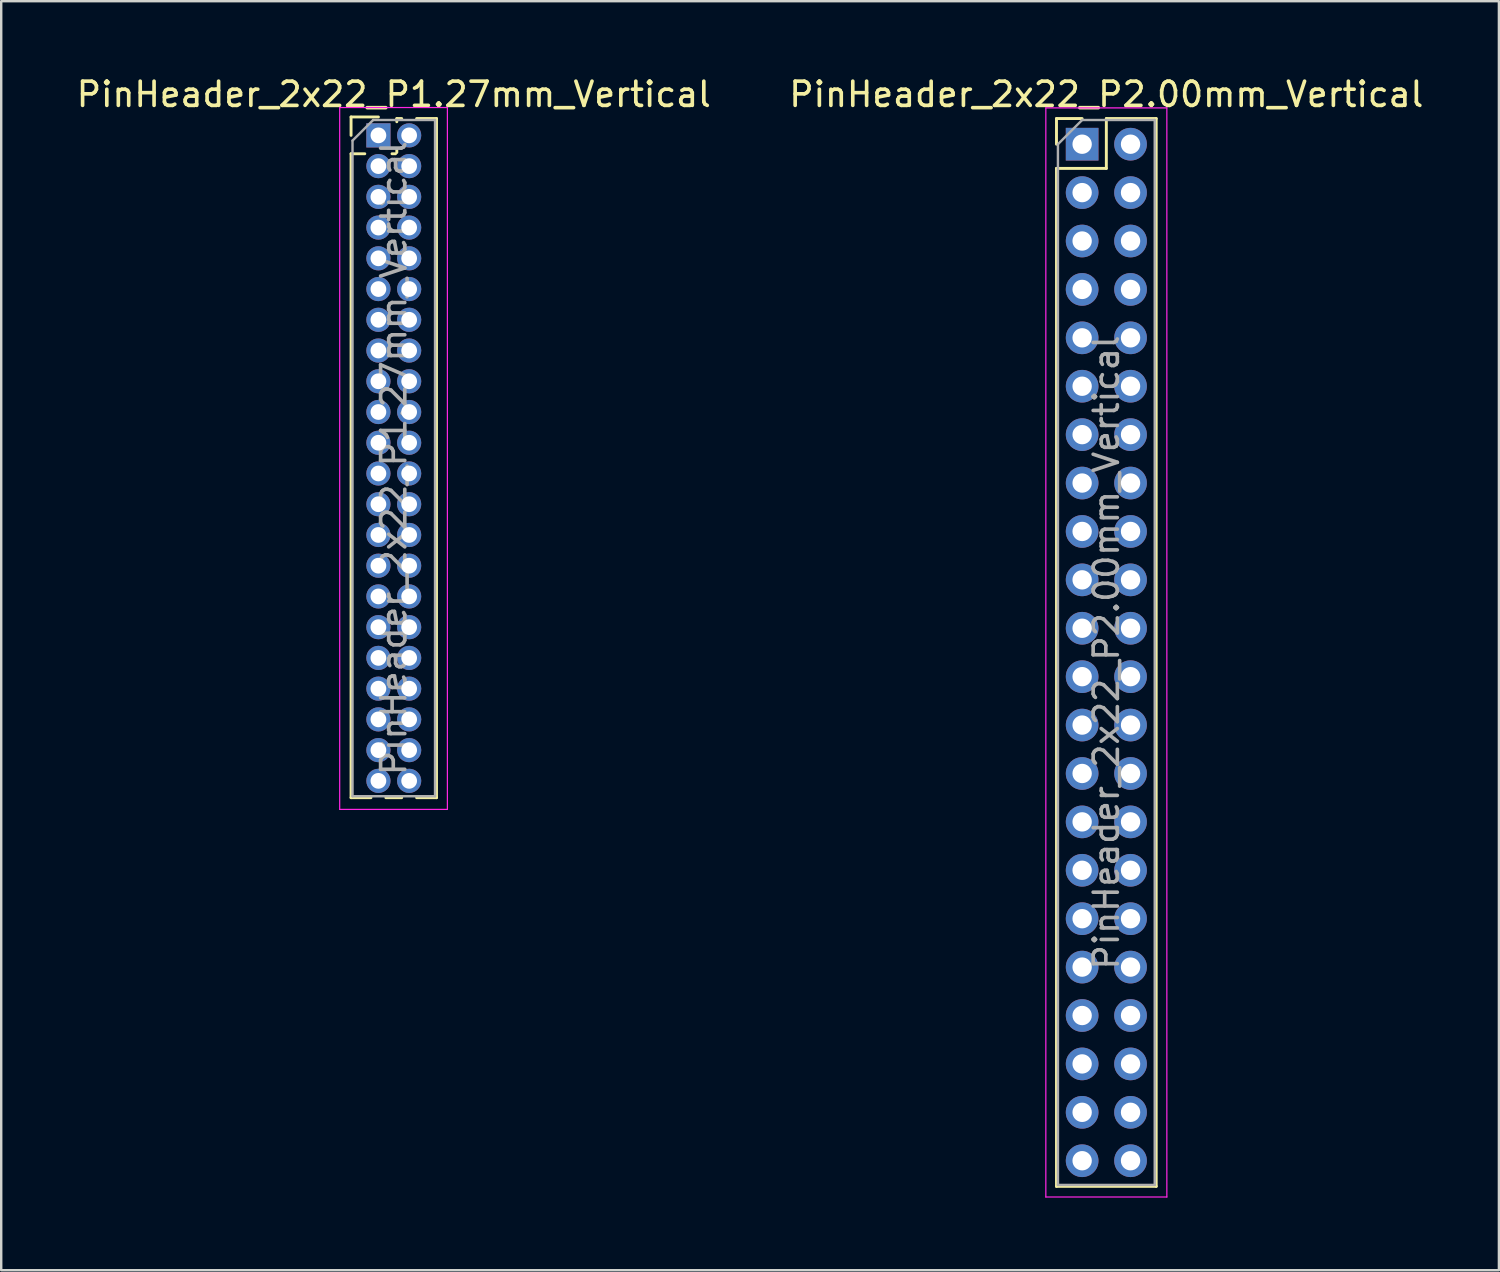
<source format=kicad_pcb>
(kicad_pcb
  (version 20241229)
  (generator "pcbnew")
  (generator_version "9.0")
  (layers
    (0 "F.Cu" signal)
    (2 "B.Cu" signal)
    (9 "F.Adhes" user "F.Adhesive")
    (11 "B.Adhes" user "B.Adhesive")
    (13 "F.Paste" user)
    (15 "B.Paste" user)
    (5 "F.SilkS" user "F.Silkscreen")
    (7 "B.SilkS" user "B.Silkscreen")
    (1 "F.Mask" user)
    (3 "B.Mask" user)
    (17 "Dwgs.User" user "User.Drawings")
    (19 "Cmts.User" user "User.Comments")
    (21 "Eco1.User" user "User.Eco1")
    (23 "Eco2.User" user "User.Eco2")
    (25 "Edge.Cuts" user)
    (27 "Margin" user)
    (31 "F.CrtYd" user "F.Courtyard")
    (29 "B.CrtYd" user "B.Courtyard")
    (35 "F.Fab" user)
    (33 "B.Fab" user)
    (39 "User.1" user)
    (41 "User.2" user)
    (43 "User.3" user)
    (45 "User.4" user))
  (footprint "PinHeader_2x22_P2.00mm_Vertical"
    (layer "F.Cu")
    (at 41.661 2.908)
    (property "Reference" "PinHeader_2x22_P2.00mm_Vertical" (at 1 -2.06 0) (layer "F.SilkS") (effects (font (size 1 1) (thickness 0.15))))
    (attr through_hole)
    (fp_line (start -1.06 -1.06) (end 0 -1.06) (stroke (width 0.12) (type solid)) (layer "F.SilkS"))
    (fp_line (start -1.06 0) (end -1.06 -1.06) (stroke (width 0.12) (type solid)) (layer "F.SilkS"))
    (fp_line (start -1.06 1) (end -1.06 43.06) (stroke (width 0.12) (type solid)) (layer "F.SilkS"))
    (fp_line (start -1.06 1) (end 1 1) (stroke (width 0.12) (type solid)) (layer "F.SilkS"))
    (fp_line (start -1.06 43.06) (end 3.06 43.06) (stroke (width 0.12) (type solid)) (layer "F.SilkS"))
    (fp_line (start 1 -1.06) (end 3.06 -1.06) (stroke (width 0.12) (type solid)) (layer "F.SilkS"))
    (fp_line (start 1 1) (end 1 -1.06) (stroke (width 0.12) (type solid)) (layer "F.SilkS"))
    (fp_line (start 3.06 -1.06) (end 3.06 43.06) (stroke (width 0.12) (type solid)) (layer "F.SilkS"))
    (fp_line (start -1.5 -1.5) (end -1.5 43.5) (stroke (width 0.05) (type solid)) (layer "F.CrtYd"))
    (fp_line (start -1.5 43.5) (end 3.5 43.5) (stroke (width 0.05) (type solid)) (layer "F.CrtYd"))
    (fp_line (start 3.5 -1.5) (end -1.5 -1.5) (stroke (width 0.05) (type solid)) (layer "F.CrtYd"))
    (fp_line (start 3.5 43.5) (end 3.5 -1.5) (stroke (width 0.05) (type solid)) (layer "F.CrtYd"))
    (fp_line (start -1 0) (end 0 -1) (stroke (width 0.1) (type solid)) (layer "F.Fab"))
    (fp_line (start -1 43) (end -1 0) (stroke (width 0.1) (type solid)) (layer "F.Fab"))
    (fp_line (start 0 -1) (end 3 -1) (stroke (width 0.1) (type solid)) (layer "F.Fab"))
    (fp_line (start 3 -1) (end 3 43) (stroke (width 0.1) (type solid)) (layer "F.Fab"))
    (fp_line (start 3 43) (end -1 43) (stroke (width 0.1) (type solid)) (layer "F.Fab"))
    (fp_text user "${REFERENCE}" (at 1 21 90) (layer "F.Fab") (effects (font (size 1 1) (thickness 0.15))))
    (pad "1" thru_hole rect (at 0 0) (size 1.35 1.35) (drill 0.8) (layers "*.Cu" "*.Mask"))
    (pad "2" thru_hole oval (at 2 0) (size 1.35 1.35) (drill 0.8) (layers "*.Cu" "*.Mask"))
    (pad "3" thru_hole oval (at 0 2) (size 1.35 1.35) (drill 0.8) (layers "*.Cu" "*.Mask"))
    (pad "4" thru_hole oval (at 2 2) (size 1.35 1.35) (drill 0.8) (layers "*.Cu" "*.Mask"))
    (pad "5" thru_hole oval (at 0 4) (size 1.35 1.35) (drill 0.8) (layers "*.Cu" "*.Mask"))
    (pad "6" thru_hole oval (at 2 4) (size 1.35 1.35) (drill 0.8) (layers "*.Cu" "*.Mask"))
    (pad "7" thru_hole oval (at 0 6) (size 1.35 1.35) (drill 0.8) (layers "*.Cu" "*.Mask"))
    (pad "8" thru_hole oval (at 2 6) (size 1.35 1.35) (drill 0.8) (layers "*.Cu" "*.Mask"))
    (pad "9" thru_hole oval (at 0 8) (size 1.35 1.35) (drill 0.8) (layers "*.Cu" "*.Mask"))
    (pad "10" thru_hole oval (at 2 8) (size 1.35 1.35) (drill 0.8) (layers "*.Cu" "*.Mask"))
    (pad "11" thru_hole oval (at 0 10) (size 1.35 1.35) (drill 0.8) (layers "*.Cu" "*.Mask"))
    (pad "12" thru_hole oval (at 2 10) (size 1.35 1.35) (drill 0.8) (layers "*.Cu" "*.Mask"))
    (pad "13" thru_hole oval (at 0 12) (size 1.35 1.35) (drill 0.8) (layers "*.Cu" "*.Mask"))
    (pad "14" thru_hole oval (at 2 12) (size 1.35 1.35) (drill 0.8) (layers "*.Cu" "*.Mask"))
    (pad "15" thru_hole oval (at 0 14) (size 1.35 1.35) (drill 0.8) (layers "*.Cu" "*.Mask"))
    (pad "16" thru_hole oval (at 2 14) (size 1.35 1.35) (drill 0.8) (layers "*.Cu" "*.Mask"))
    (pad "17" thru_hole oval (at 0 16) (size 1.35 1.35) (drill 0.8) (layers "*.Cu" "*.Mask"))
    (pad "18" thru_hole oval (at 2 16) (size 1.35 1.35) (drill 0.8) (layers "*.Cu" "*.Mask"))
    (pad "19" thru_hole oval (at 0 18) (size 1.35 1.35) (drill 0.8) (layers "*.Cu" "*.Mask"))
    (pad "20" thru_hole oval (at 2 18) (size 1.35 1.35) (drill 0.8) (layers "*.Cu" "*.Mask"))
    (pad "21" thru_hole oval (at 0 20) (size 1.35 1.35) (drill 0.8) (layers "*.Cu" "*.Mask"))
    (pad "22" thru_hole oval (at 2 20) (size 1.35 1.35) (drill 0.8) (layers "*.Cu" "*.Mask"))
    (pad "23" thru_hole oval (at 0 22) (size 1.35 1.35) (drill 0.8) (layers "*.Cu" "*.Mask"))
    (pad "24" thru_hole oval (at 2 22) (size 1.35 1.35) (drill 0.8) (layers "*.Cu" "*.Mask"))
    (pad "25" thru_hole oval (at 0 24) (size 1.35 1.35) (drill 0.8) (layers "*.Cu" "*.Mask"))
    (pad "26" thru_hole oval (at 2 24) (size 1.35 1.35) (drill 0.8) (layers "*.Cu" "*.Mask"))
    (pad "27" thru_hole oval (at 0 26) (size 1.35 1.35) (drill 0.8) (layers "*.Cu" "*.Mask"))
    (pad "28" thru_hole oval (at 2 26) (size 1.35 1.35) (drill 0.8) (layers "*.Cu" "*.Mask"))
    (pad "29" thru_hole oval (at 0 28) (size 1.35 1.35) (drill 0.8) (layers "*.Cu" "*.Mask"))
    (pad "30" thru_hole oval (at 2 28) (size 1.35 1.35) (drill 0.8) (layers "*.Cu" "*.Mask"))
    (pad "31" thru_hole oval (at 0 30) (size 1.35 1.35) (drill 0.8) (layers "*.Cu" "*.Mask"))
    (pad "32" thru_hole oval (at 2 30) (size 1.35 1.35) (drill 0.8) (layers "*.Cu" "*.Mask"))
    (pad "33" thru_hole oval (at 0 32) (size 1.35 1.35) (drill 0.8) (layers "*.Cu" "*.Mask"))
    (pad "34" thru_hole oval (at 2 32) (size 1.35 1.35) (drill 0.8) (layers "*.Cu" "*.Mask"))
    (pad "35" thru_hole oval (at 0 34) (size 1.35 1.35) (drill 0.8) (layers "*.Cu" "*.Mask"))
    (pad "36" thru_hole oval (at 2 34) (size 1.35 1.35) (drill 0.8) (layers "*.Cu" "*.Mask"))
    (pad "37" thru_hole oval (at 0 36) (size 1.35 1.35) (drill 0.8) (layers "*.Cu" "*.Mask"))
    (pad "38" thru_hole oval (at 2 36) (size 1.35 1.35) (drill 0.8) (layers "*.Cu" "*.Mask"))
    (pad "39" thru_hole oval (at 0 38) (size 1.35 1.35) (drill 0.8) (layers "*.Cu" "*.Mask"))
    (pad "40" thru_hole oval (at 2 38) (size 1.35 1.35) (drill 0.8) (layers "*.Cu" "*.Mask"))
    (pad "41" thru_hole oval (at 0 40) (size 1.35 1.35) (drill 0.8) (layers "*.Cu" "*.Mask"))
    (pad "42" thru_hole oval (at 2 40) (size 1.35 1.35) (drill 0.8) (layers "*.Cu" "*.Mask"))
    (pad "43" thru_hole oval (at 0 42) (size 1.35 1.35) (drill 0.8) (layers "*.Cu" "*.Mask"))
    (pad "44" thru_hole oval (at 2 42) (size 1.35 1.35) (drill 0.8) (layers "*.Cu" "*.Mask")))
  (footprint "PinHeader_2x22_P1.27mm_Vertical"
    (layer "F.Cu")
    (at 12.585 2.543)
    (property "Reference" "PinHeader_2x22_P1.27mm_Vertical" (at 0.635 -1.695 0) (layer "F.SilkS") (effects (font (size 1 1) (thickness 0.15))))
    (attr through_hole)
    (fp_line (start -1.13 -0.76) (end 0 -0.76) (stroke (width 0.12) (type solid)) (layer "F.SilkS"))
    (fp_line (start -1.13 0) (end -1.13 -0.76) (stroke (width 0.12) (type solid)) (layer "F.SilkS"))
    (fp_line (start -1.13 0.76) (end -1.13 27.365) (stroke (width 0.12) (type solid)) (layer "F.SilkS"))
    (fp_line (start -1.13 0.76) (end -0.563 0.76) (stroke (width 0.12) (type solid)) (layer "F.SilkS"))
    (fp_line (start -1.13 27.365) (end -0.308 27.365) (stroke (width 0.12) (type solid)) (layer "F.SilkS"))
    (fp_line (start 0.308 27.365) (end 0.962 27.365) (stroke (width 0.12) (type solid)) (layer "F.SilkS"))
    (fp_line (start 0.563 0.76) (end 0.707 0.76) (stroke (width 0.12) (type solid)) (layer "F.SilkS"))
    (fp_line (start 0.76 -0.695) (end 0.962 -0.695) (stroke (width 0.12) (type solid)) (layer "F.SilkS"))
    (fp_line (start 0.76 -0.563) (end 0.76 -0.695) (stroke (width 0.12) (type solid)) (layer "F.SilkS"))
    (fp_line (start 0.76 0.707) (end 0.76 0.563) (stroke (width 0.12) (type solid)) (layer "F.SilkS"))
    (fp_line (start 1.578 -0.695) (end 2.4 -0.695) (stroke (width 0.12) (type solid)) (layer "F.SilkS"))
    (fp_line (start 1.578 27.365) (end 2.4 27.365) (stroke (width 0.12) (type solid)) (layer "F.SilkS"))
    (fp_line (start 2.4 -0.695) (end 2.4 27.365) (stroke (width 0.12) (type solid)) (layer "F.SilkS"))
    (fp_line (start -1.6 -1.15) (end -1.6 27.85) (stroke (width 0.05) (type solid)) (layer "F.CrtYd"))
    (fp_line (start -1.6 27.85) (end 2.85 27.85) (stroke (width 0.05) (type solid)) (layer "F.CrtYd"))
    (fp_line (start 2.85 -1.15) (end -1.6 -1.15) (stroke (width 0.05) (type solid)) (layer "F.CrtYd"))
    (fp_line (start 2.85 27.85) (end 2.85 -1.15) (stroke (width 0.05) (type solid)) (layer "F.CrtYd"))
    (fp_line (start -1.07 0.217) (end -0.217 -0.635) (stroke (width 0.1) (type solid)) (layer "F.Fab"))
    (fp_line (start -1.07 27.305) (end -1.07 0.217) (stroke (width 0.1) (type solid)) (layer "F.Fab"))
    (fp_line (start -0.217 -0.635) (end 2.34 -0.635) (stroke (width 0.1) (type solid)) (layer "F.Fab"))
    (fp_line (start 2.34 -0.635) (end 2.34 27.305) (stroke (width 0.1) (type solid)) (layer "F.Fab"))
    (fp_line (start 2.34 27.305) (end -1.07 27.305) (stroke (width 0.1) (type solid)) (layer "F.Fab"))
    (fp_text user "${REFERENCE}" (at 0.635 13.335 90) (layer "F.Fab") (effects (font (size 1 1) (thickness 0.15))))
    (pad "1" thru_hole rect (at 0 0) (size 1 1) (drill 0.65) (layers "*.Cu" "*.Mask"))
    (pad "2" thru_hole oval (at 1.27 0) (size 1 1) (drill 0.65) (layers "*.Cu" "*.Mask"))
    (pad "3" thru_hole oval (at 0 1.27) (size 1 1) (drill 0.65) (layers "*.Cu" "*.Mask"))
    (pad "4" thru_hole oval (at 1.27 1.27) (size 1 1) (drill 0.65) (layers "*.Cu" "*.Mask"))
    (pad "5" thru_hole oval (at 0 2.54) (size 1 1) (drill 0.65) (layers "*.Cu" "*.Mask"))
    (pad "6" thru_hole oval (at 1.27 2.54) (size 1 1) (drill 0.65) (layers "*.Cu" "*.Mask"))
    (pad "7" thru_hole oval (at 0 3.81) (size 1 1) (drill 0.65) (layers "*.Cu" "*.Mask"))
    (pad "8" thru_hole oval (at 1.27 3.81) (size 1 1) (drill 0.65) (layers "*.Cu" "*.Mask"))
    (pad "9" thru_hole oval (at 0 5.08) (size 1 1) (drill 0.65) (layers "*.Cu" "*.Mask"))
    (pad "10" thru_hole oval (at 1.27 5.08) (size 1 1) (drill 0.65) (layers "*.Cu" "*.Mask"))
    (pad "11" thru_hole oval (at 0 6.35) (size 1 1) (drill 0.65) (layers "*.Cu" "*.Mask"))
    (pad "12" thru_hole oval (at 1.27 6.35) (size 1 1) (drill 0.65) (layers "*.Cu" "*.Mask"))
    (pad "13" thru_hole oval (at 0 7.62) (size 1 1) (drill 0.65) (layers "*.Cu" "*.Mask"))
    (pad "14" thru_hole oval (at 1.27 7.62) (size 1 1) (drill 0.65) (layers "*.Cu" "*.Mask"))
    (pad "15" thru_hole oval (at 0 8.89) (size 1 1) (drill 0.65) (layers "*.Cu" "*.Mask"))
    (pad "16" thru_hole oval (at 1.27 8.89) (size 1 1) (drill 0.65) (layers "*.Cu" "*.Mask"))
    (pad "17" thru_hole oval (at 0 10.16) (size 1 1) (drill 0.65) (layers "*.Cu" "*.Mask"))
    (pad "18" thru_hole oval (at 1.27 10.16) (size 1 1) (drill 0.65) (layers "*.Cu" "*.Mask"))
    (pad "19" thru_hole oval (at 0 11.43) (size 1 1) (drill 0.65) (layers "*.Cu" "*.Mask"))
    (pad "20" thru_hole oval (at 1.27 11.43) (size 1 1) (drill 0.65) (layers "*.Cu" "*.Mask"))
    (pad "21" thru_hole oval (at 0 12.7) (size 1 1) (drill 0.65) (layers "*.Cu" "*.Mask"))
    (pad "22" thru_hole oval (at 1.27 12.7) (size 1 1) (drill 0.65) (layers "*.Cu" "*.Mask"))
    (pad "23" thru_hole oval (at 0 13.97) (size 1 1) (drill 0.65) (layers "*.Cu" "*.Mask"))
    (pad "24" thru_hole oval (at 1.27 13.97) (size 1 1) (drill 0.65) (layers "*.Cu" "*.Mask"))
    (pad "25" thru_hole oval (at 0 15.24) (size 1 1) (drill 0.65) (layers "*.Cu" "*.Mask"))
    (pad "26" thru_hole oval (at 1.27 15.24) (size 1 1) (drill 0.65) (layers "*.Cu" "*.Mask"))
    (pad "27" thru_hole oval (at 0 16.51) (size 1 1) (drill 0.65) (layers "*.Cu" "*.Mask"))
    (pad "28" thru_hole oval (at 1.27 16.51) (size 1 1) (drill 0.65) (layers "*.Cu" "*.Mask"))
    (pad "29" thru_hole oval (at 0 17.78) (size 1 1) (drill 0.65) (layers "*.Cu" "*.Mask"))
    (pad "30" thru_hole oval (at 1.27 17.78) (size 1 1) (drill 0.65) (layers "*.Cu" "*.Mask"))
    (pad "31" thru_hole oval (at 0 19.05) (size 1 1) (drill 0.65) (layers "*.Cu" "*.Mask"))
    (pad "32" thru_hole oval (at 1.27 19.05) (size 1 1) (drill 0.65) (layers "*.Cu" "*.Mask"))
    (pad "33" thru_hole oval (at 0 20.32) (size 1 1) (drill 0.65) (layers "*.Cu" "*.Mask"))
    (pad "34" thru_hole oval (at 1.27 20.32) (size 1 1) (drill 0.65) (layers "*.Cu" "*.Mask"))
    (pad "35" thru_hole oval (at 0 21.59) (size 1 1) (drill 0.65) (layers "*.Cu" "*.Mask"))
    (pad "36" thru_hole oval (at 1.27 21.59) (size 1 1) (drill 0.65) (layers "*.Cu" "*.Mask"))
    (pad "37" thru_hole oval (at 0 22.86) (size 1 1) (drill 0.65) (layers "*.Cu" "*.Mask"))
    (pad "38" thru_hole oval (at 1.27 22.86) (size 1 1) (drill 0.65) (layers "*.Cu" "*.Mask"))
    (pad "39" thru_hole oval (at 0 24.13) (size 1 1) (drill 0.65) (layers "*.Cu" "*.Mask"))
    (pad "40" thru_hole oval (at 1.27 24.13) (size 1 1) (drill 0.65) (layers "*.Cu" "*.Mask"))
    (pad "41" thru_hole oval (at 0 25.4) (size 1 1) (drill 0.65) (layers "*.Cu" "*.Mask"))
    (pad "42" thru_hole oval (at 1.27 25.4) (size 1 1) (drill 0.65) (layers "*.Cu" "*.Mask"))
    (pad "43" thru_hole oval (at 0 26.67) (size 1 1) (drill 0.65) (layers "*.Cu" "*.Mask"))
    (pad "44" thru_hole oval (at 1.27 26.67) (size 1 1) (drill 0.65) (layers "*.Cu" "*.Mask")))
  (gr_rect
    (start -3 -3)
    (end 58.881 49.433)
    (stroke (width 0.1) (type default))
    (fill no)
    (layer "Edge.Cuts")))
</source>
